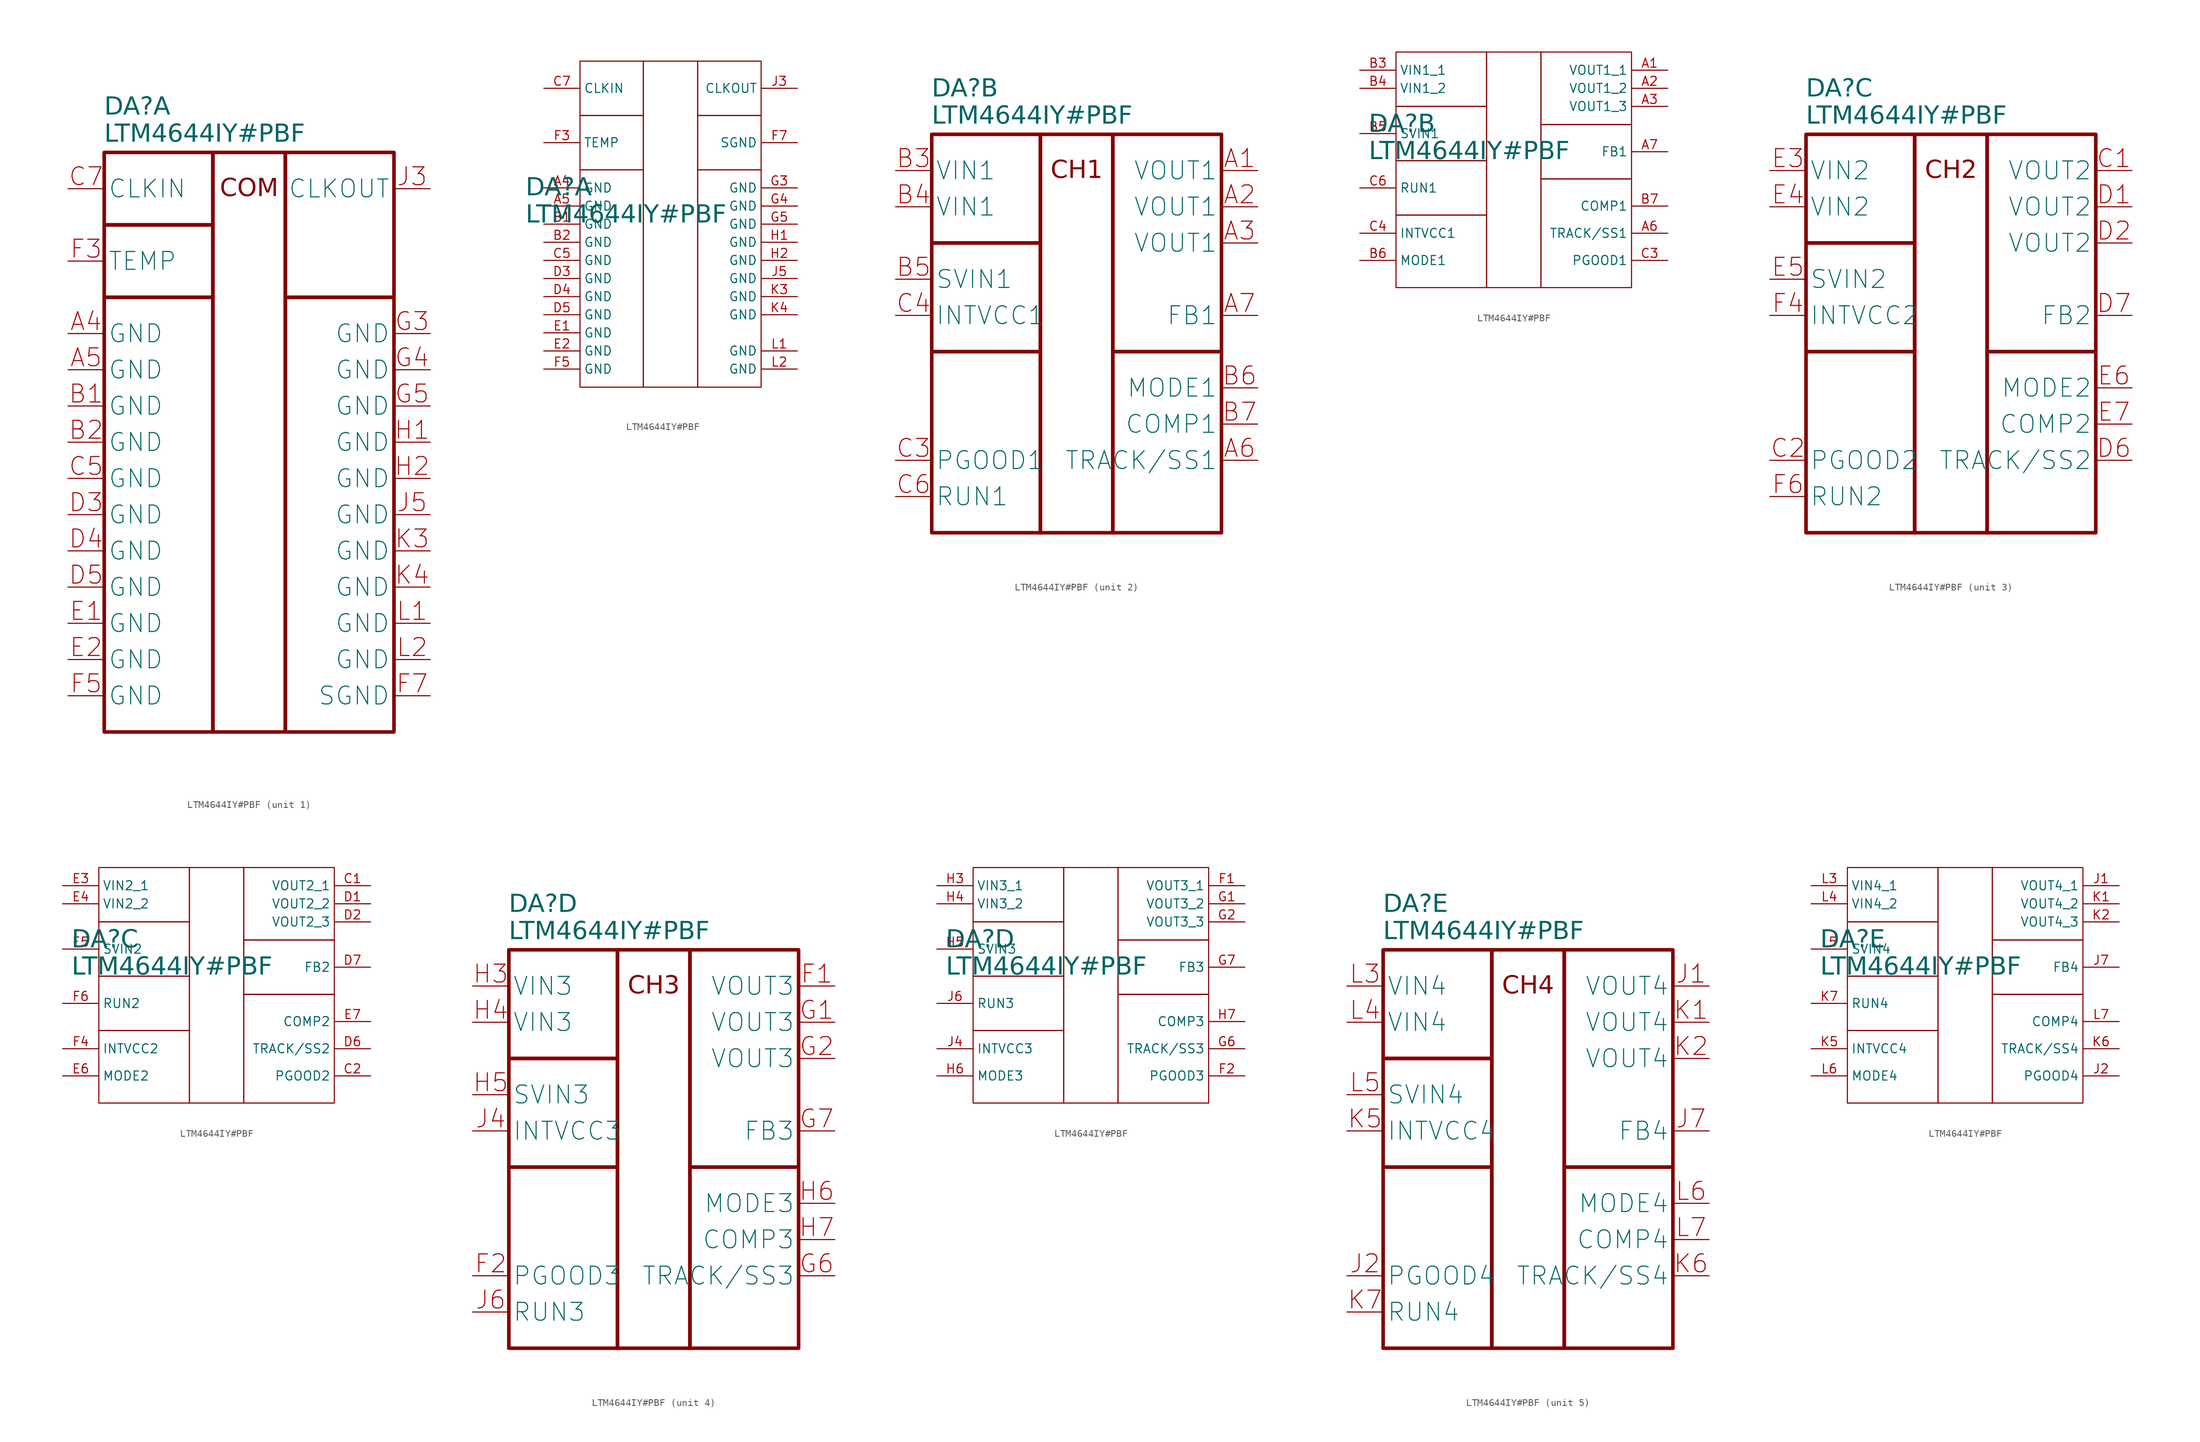
<source format=kicad_sym>
(kicad_symbol_lib
  (version 20241209)
  (generator "kicad_symbol_editor")
  (generator_version "9.0")
  (symbol "LTM4644IY#PBF"
    (property "Reference" "DA"
      (at -20.32 6.35 0)
      (effects (font (face "GOST type A") (size 2.5 2.5) (italic yes)) (justify left)))
    (property "Value" "LTM4644IY#PBF"
      (at -20.32 2.54 0)
      (effects (font (face "GOST type A") (size 2.5 2.5) (italic yes)) (justify left)))
    (property "ki_locked" ""
      (at 0 0 0)
      (effects (font (size 1.27 1.27))))
    (symbol "LTM4644IY#PBF_1_1"
      (rectangle (start -20.32 0) (end -5.08 -10.16) (stroke (width 0.5) (type default)) (fill (type none)))
      (rectangle (start -20.32 -10.16) (end -5.08 -20.32) (stroke (width 0.5) (type default)) (fill (type none)))
      (rectangle (start -20.32 -20.32) (end -5.08 -81.28) (stroke (width 0.5) (type default)) (fill (type none)))
      (rectangle (start -5.08 0) (end 5.08 -81.28) (stroke (width 0.5) (type default)) (fill (type none)))
      (rectangle (start 5.08 0) (end 20.32 -20.32) (stroke (width 0.5) (type default)) (fill (type none)))
      (rectangle (start 5.08 -20.32) (end 20.32 -81.28) (stroke (width 0.5) (type default)) (fill (type none)))
      (text "COM" (at 0 -5.08 0) (effects (font (face "GOST type A") (size 2.5 2.5) (italic yes))))
      (pin input line (at -25.4 -5.08 0) (length 5.08) (name "CLKIN" (effects (font (size 2.5 2.5)))) (number "C7" (effects (font (size 2.5 2.5)))))
      (pin passive line (at -25.4 -15.24 0) (length 5.08) (name "TEMP" (effects (font (size 2.5 2.5)))) (number "F3" (effects (font (size 2.5 2.5)))))
      (pin power_in line (at -25.4 -25.4 0) (length 5.08) (name "GND" (effects (font (size 2.5 2.5)))) (number "A4" (effects (font (size 2.5 2.5)))))
      (pin power_in line (at -25.4 -30.48 0) (length 5.08) (name "GND" (effects (font (size 2.5 2.5)))) (number "A5" (effects (font (size 2.5 2.5)))))
      (pin power_in line (at -25.4 -35.56 0) (length 5.08) (name "GND" (effects (font (size 2.5 2.5)))) (number "B1" (effects (font (size 2.5 2.5)))))
      (pin power_in line (at -25.4 -40.64 0) (length 5.08) (name "GND" (effects (font (size 2.5 2.5)))) (number "B2" (effects (font (size 2.5 2.5)))))
      (pin power_in line (at -25.4 -45.72 0) (length 5.08) (name "GND" (effects (font (size 2.5 2.5)))) (number "C5" (effects (font (size 2.5 2.5)))))
      (pin power_in line (at -25.4 -50.8 0) (length 5.08) (name "GND" (effects (font (size 2.5 2.5)))) (number "D3" (effects (font (size 2.5 2.5)))))
      (pin power_in line (at -25.4 -55.88 0) (length 5.08) (name "GND" (effects (font (size 2.5 2.5)))) (number "D4" (effects (font (size 2.5 2.5)))))
      (pin power_in line (at -25.4 -60.96 0) (length 5.08) (name "GND" (effects (font (size 2.5 2.5)))) (number "D5" (effects (font (size 2.5 2.5)))))
      (pin power_in line (at -25.4 -66.04 0) (length 5.08) (name "GND" (effects (font (size 2.5 2.5)))) (number "E1" (effects (font (size 2.5 2.5)))))
      (pin power_in line (at -25.4 -71.12 0) (length 5.08) (name "GND" (effects (font (size 2.5 2.5)))) (number "E2" (effects (font (size 2.5 2.5)))))
      (pin power_in line (at -25.4 -76.2 0) (length 5.08) (name "GND" (effects (font (size 2.5 2.5)))) (number "F5" (effects (font (size 2.5 2.5)))))
      (pin output line (at 25.4 -5.08 180) (length 5.08) (name "CLKOUT" (effects (font (size 2.5 2.5)))) (number "J3" (effects (font (size 2.5 2.5)))))
      (pin power_in line (at 25.4 -25.4 180) (length 5.08) (name "GND" (effects (font (size 2.5 2.5)))) (number "G3" (effects (font (size 2.5 2.5)))))
      (pin power_in line (at 25.4 -30.48 180) (length 5.08) (name "GND" (effects (font (size 2.5 2.5)))) (number "G4" (effects (font (size 2.5 2.5)))))
      (pin power_in line (at 25.4 -35.56 180) (length 5.08) (name "GND" (effects (font (size 2.5 2.5)))) (number "G5" (effects (font (size 2.5 2.5)))))
      (pin power_in line (at 25.4 -40.64 180) (length 5.08) (name "GND" (effects (font (size 2.5 2.5)))) (number "H1" (effects (font (size 2.5 2.5)))))
      (pin power_in line (at 25.4 -45.72 180) (length 5.08) (name "GND" (effects (font (size 2.5 2.5)))) (number "H2" (effects (font (size 2.5 2.5)))))
      (pin power_in line (at 25.4 -50.8 180) (length 5.08) (name "GND" (effects (font (size 2.5 2.5)))) (number "J5" (effects (font (size 2.5 2.5)))))
      (pin power_in line (at 25.4 -55.88 180) (length 5.08) (name "GND" (effects (font (size 2.5 2.5)))) (number "K3" (effects (font (size 2.5 2.5)))))
      (pin power_in line (at 25.4 -60.96 180) (length 5.08) (name "GND" (effects (font (size 2.5 2.5)))) (number "K4" (effects (font (size 2.5 2.5)))))
      (pin power_in line (at 25.4 -66.04 180) (length 5.08) (name "GND" (effects (font (size 2.5 2.5)))) (number "L1" (effects (font (size 2.5 2.5)))))
      (pin power_in line (at 25.4 -71.12 180) (length 5.08) (name "GND" (effects (font (size 2.5 2.5)))) (number "L2" (effects (font (size 2.5 2.5)))))
      (pin passive line (at 25.4 -76.2 180) (length 5.08) (name "SGND" (effects (font (size 2.5 2.5)))) (number "F7" (effects (font (size 2.5 2.5))))))
    (symbol "LTM4644IY#PBF_1_2"
      (rectangle (start -12.7 24.13) (end -3.81 16.51) (stroke (width 0) (type default)) (fill (type none)))
      (rectangle (start -12.7 16.51) (end -3.81 8.89) (stroke (width 0) (type default)) (fill (type none)))
      (rectangle (start -12.7 8.89) (end -3.81 -21.59) (stroke (width 0) (type default)) (fill (type none)))
      (rectangle (start -3.81 24.13) (end 3.81 -21.59) (stroke (width 0) (type default)) (fill (type none)))
      (rectangle (start 3.81 24.13) (end 12.7 16.51) (stroke (width 0) (type default)) (fill (type none)))
      (rectangle (start 3.81 16.51) (end 12.7 8.89) (stroke (width 0) (type default)) (fill (type none)))
      (rectangle (start 3.81 8.89) (end 12.7 -21.59) (stroke (width 0) (type default)) (fill (type none)))
      (pin passive line (at -17.78 20.32 0) (length 5.08) (name "CLKIN" (effects (font (size 1.27 1.27)))) (number "C7" (effects (font (size 1.27 1.27)))))
      (pin passive line (at -17.78 12.7 0) (length 5.08) (name "TEMP" (effects (font (size 1.27 1.27)))) (number "F3" (effects (font (size 1.27 1.27)))))
      (pin passive line (at -17.78 6.35 0) (length 5.08) (name "GND" (effects (font (size 1.27 1.27)))) (number "A4" (effects (font (size 1.27 1.27)))))
      (pin passive line (at -17.78 3.81 0) (length 5.08) (name "GND" (effects (font (size 1.27 1.27)))) (number "A5" (effects (font (size 1.27 1.27)))))
      (pin passive line (at -17.78 1.27 0) (length 5.08) (name "GND" (effects (font (size 1.27 1.27)))) (number "B1" (effects (font (size 1.27 1.27)))))
      (pin passive line (at -17.78 -1.27 0) (length 5.08) (name "GND" (effects (font (size 1.27 1.27)))) (number "B2" (effects (font (size 1.27 1.27)))))
      (pin passive line (at -17.78 -3.81 0) (length 5.08) (name "GND" (effects (font (size 1.27 1.27)))) (number "C5" (effects (font (size 1.27 1.27)))))
      (pin passive line (at -17.78 -6.35 0) (length 5.08) (name "GND" (effects (font (size 1.27 1.27)))) (number "D3" (effects (font (size 1.27 1.27)))))
      (pin passive line (at -17.78 -8.89 0) (length 5.08) (name "GND" (effects (font (size 1.27 1.27)))) (number "D4" (effects (font (size 1.27 1.27)))))
      (pin passive line (at -17.78 -11.43 0) (length 5.08) (name "GND" (effects (font (size 1.27 1.27)))) (number "D5" (effects (font (size 1.27 1.27)))))
      (pin passive line (at -17.78 -13.97 0) (length 5.08) (name "GND" (effects (font (size 1.27 1.27)))) (number "E1" (effects (font (size 1.27 1.27)))))
      (pin passive line (at -17.78 -16.51 0) (length 5.08) (name "GND" (effects (font (size 1.27 1.27)))) (number "E2" (effects (font (size 1.27 1.27)))))
      (pin passive line (at -17.78 -19.05 0) (length 5.08) (name "GND" (effects (font (size 1.27 1.27)))) (number "F5" (effects (font (size 1.27 1.27)))))
      (pin passive line (at 17.78 20.32 180) (length 5.08) (name "CLKOUT" (effects (font (size 1.27 1.27)))) (number "J3" (effects (font (size 1.27 1.27)))))
      (pin passive line (at 17.78 12.7 180) (length 5.08) (name "SGND" (effects (font (size 1.27 1.27)))) (number "F7" (effects (font (size 1.27 1.27)))))
      (pin passive line (at 17.78 6.35 180) (length 5.08) (name "GND" (effects (font (size 1.27 1.27)))) (number "G3" (effects (font (size 1.27 1.27)))))
      (pin passive line (at 17.78 3.81 180) (length 5.08) (name "GND" (effects (font (size 1.27 1.27)))) (number "G4" (effects (font (size 1.27 1.27)))))
      (pin passive line (at 17.78 1.27 180) (length 5.08) (name "GND" (effects (font (size 1.27 1.27)))) (number "G5" (effects (font (size 1.27 1.27)))))
      (pin passive line (at 17.78 -1.27 180) (length 5.08) (name "GND" (effects (font (size 1.27 1.27)))) (number "H1" (effects (font (size 1.27 1.27)))))
      (pin passive line (at 17.78 -3.81 180) (length 5.08) (name "GND" (effects (font (size 1.27 1.27)))) (number "H2" (effects (font (size 1.27 1.27)))))
      (pin passive line (at 17.78 -6.35 180) (length 5.08) (name "GND" (effects (font (size 1.27 1.27)))) (number "J5" (effects (font (size 1.27 1.27)))))
      (pin passive line (at 17.78 -8.89 180) (length 5.08) (name "GND" (effects (font (size 1.27 1.27)))) (number "K3" (effects (font (size 1.27 1.27)))))
      (pin passive line (at 17.78 -11.43 180) (length 5.08) (name "GND" (effects (font (size 1.27 1.27)))) (number "K4" (effects (font (size 1.27 1.27)))))
      (pin passive line (at 17.78 -16.51 180) (length 5.08) (name "GND" (effects (font (size 1.27 1.27)))) (number "L1" (effects (font (size 1.27 1.27)))))
      (pin passive line (at 17.78 -19.05 180) (length 5.08) (name "GND" (effects (font (size 1.27 1.27)))) (number "L2" (effects (font (size 1.27 1.27))))))
    (symbol "LTM4644IY#PBF_2_1"
      (rectangle (start -20.32 0) (end -5.08 -15.24) (stroke (width 0.5) (type default)) (fill (type none)))
      (rectangle (start -20.32 -15.24) (end -5.08 -30.48) (stroke (width 0.5) (type default)) (fill (type none)))
      (rectangle (start -20.32 -30.48) (end -5.08 -55.88) (stroke (width 0.5) (type default)) (fill (type none)))
      (rectangle (start -5.08 0) (end 5.08 -55.88) (stroke (width 0.5) (type default)) (fill (type none)))
      (rectangle (start 5.08 0) (end 20.32 -30.48) (stroke (width 0.5) (type default)) (fill (type none)))
      (rectangle (start 5.08 -30.48) (end 20.32 -55.88) (stroke (width 0.5) (type default)) (fill (type none)))
      (text "CH1" (at 0 -5.08 0) (effects (font (face "GOST type A") (size 2.5 2.5) (italic yes))))
      (pin power_in line (at -25.4 -5.08 0) (length 5.08) (name "VIN1" (effects (font (size 2.5 2.5)))) (number "B3" (effects (font (size 2.5 2.5)))))
      (pin power_in line (at -25.4 -10.16 0) (length 5.08) (name "VIN1" (effects (font (size 2.5 2.5)))) (number "B4" (effects (font (size 2.5 2.5)))))
      (pin power_in line (at -25.4 -20.32 0) (length 5.08) (name "SVIN1" (effects (font (size 2.5 2.5)))) (number "B5" (effects (font (size 2.5 2.5)))))
      (pin power_out line (at -25.4 -25.4 0) (length 5.08) (name "INTVCC1" (effects (font (size 2.5 2.5)))) (number "C4" (effects (font (size 2.5 2.5)))))
      (pin open_collector line (at -25.4 -45.72 0) (length 5.08) (name "PGOOD1" (effects (font (size 2.5 2.5)))) (number "C3" (effects (font (size 2.5 2.5)))))
      (pin input line (at -25.4 -50.8 0) (length 5.08) (name "RUN1" (effects (font (size 2.5 2.5)))) (number "C6" (effects (font (size 2.5 2.5)))))
      (pin power_out line (at 25.4 -5.08 180) (length 5.08) (name "VOUT1" (effects (font (size 2.5 2.5)))) (number "A1" (effects (font (size 2.5 2.5)))))
      (pin passive line (at 25.4 -10.16 180) (length 5.08) (name "VOUT1" (effects (font (size 2.5 2.5)))) (number "A2" (effects (font (size 2.5 2.5)))))
      (pin passive line (at 25.4 -15.24 180) (length 5.08) (name "VOUT1" (effects (font (size 2.5 2.5)))) (number "A3" (effects (font (size 2.5 2.5)))))
      (pin input line (at 25.4 -25.4 180) (length 5.08) (name "FB1" (effects (font (size 2.5 2.5)))) (number "A7" (effects (font (size 2.5 2.5)))))
      (pin input line (at 25.4 -35.56 180) (length 5.08) (name "MODE1" (effects (font (size 2.5 2.5)))) (number "B6" (effects (font (size 2.5 2.5)))))
      (pin passive line (at 25.4 -40.64 180) (length 5.08) (name "COMP1" (effects (font (size 2.5 2.5)))) (number "B7" (effects (font (size 2.5 2.5)))))
      (pin passive line (at 25.4 -45.72 180) (length 5.08) (name "TRACK/SS1" (effects (font (size 2.5 2.5)))) (number "A6" (effects (font (size 2.5 2.5))))))
    (symbol "LTM4644IY#PBF_2_2"
      (rectangle (start -16.51 16.51) (end -3.81 8.89) (stroke (width 0) (type default)) (fill (type none)))
      (rectangle (start -16.51 8.89) (end -3.81 1.27) (stroke (width 0) (type default)) (fill (type none)))
      (rectangle (start -16.51 1.27) (end -3.81 -6.35) (stroke (width 0) (type default)) (fill (type none)))
      (rectangle (start -16.51 -6.35) (end -3.81 -16.51) (stroke (width 0) (type default)) (fill (type none)))
      (rectangle (start -3.81 16.51) (end 3.81 -16.51) (stroke (width 0) (type default)) (fill (type none)))
      (rectangle (start 3.81 16.51) (end 16.51 6.35) (stroke (width 0) (type default)) (fill (type none)))
      (rectangle (start 3.81 6.35) (end 16.51 -1.27) (stroke (width 0) (type default)) (fill (type none)))
      (rectangle (start 3.81 -1.27) (end 16.51 -16.51) (stroke (width 0) (type default)) (fill (type none)))
      (pin passive line (at -21.59 13.97 0) (length 5.08) (name "VIN1_1" (effects (font (size 1.27 1.27)))) (number "B3" (effects (font (size 1.27 1.27)))))
      (pin passive line (at -21.59 11.43 0) (length 5.08) (name "VIN1_2" (effects (font (size 1.27 1.27)))) (number "B4" (effects (font (size 1.27 1.27)))))
      (pin passive line (at -21.59 5.08 0) (length 5.08) (name "SVIN1" (effects (font (size 1.27 1.27)))) (number "B5" (effects (font (size 1.27 1.27)))))
      (pin passive line (at -21.59 -2.54 0) (length 5.08) (name "RUN1" (effects (font (size 1.27 1.27)))) (number "C6" (effects (font (size 1.27 1.27)))))
      (pin passive line (at -21.59 -8.89 0) (length 5.08) (name "INTVCC1" (effects (font (size 1.27 1.27)))) (number "C4" (effects (font (size 1.27 1.27)))))
      (pin passive line (at -21.59 -12.7 0) (length 5.08) (name "MODE1" (effects (font (size 1.27 1.27)))) (number "B6" (effects (font (size 1.27 1.27)))))
      (pin passive line (at 21.59 13.97 180) (length 5.08) (name "VOUT1_1" (effects (font (size 1.27 1.27)))) (number "A1" (effects (font (size 1.27 1.27)))))
      (pin passive line (at 21.59 11.43 180) (length 5.08) (name "VOUT1_2" (effects (font (size 1.27 1.27)))) (number "A2" (effects (font (size 1.27 1.27)))))
      (pin passive line (at 21.59 8.89 180) (length 5.08) (name "VOUT1_3" (effects (font (size 1.27 1.27)))) (number "A3" (effects (font (size 1.27 1.27)))))
      (pin passive line (at 21.59 2.54 180) (length 5.08) (name "FB1" (effects (font (size 1.27 1.27)))) (number "A7" (effects (font (size 1.27 1.27)))))
      (pin passive line (at 21.59 -5.08 180) (length 5.08) (name "COMP1" (effects (font (size 1.27 1.27)))) (number "B7" (effects (font (size 1.27 1.27)))))
      (pin passive line (at 21.59 -8.89 180) (length 5.08) (name "TRACK/SS1" (effects (font (size 1.27 1.27)))) (number "A6" (effects (font (size 1.27 1.27)))))
      (pin passive line (at 21.59 -12.7 180) (length 5.08) (name "PGOOD1" (effects (font (size 1.27 1.27)))) (number "C3" (effects (font (size 1.27 1.27))))))
    (symbol "LTM4644IY#PBF_3_1"
      (rectangle (start -20.32 0) (end -5.08 -15.24) (stroke (width 0.5) (type default)) (fill (type none)))
      (rectangle (start -20.32 -15.24) (end -5.08 -30.48) (stroke (width 0.5) (type default)) (fill (type none)))
      (rectangle (start -20.32 -30.48) (end -5.08 -55.88) (stroke (width 0.5) (type default)) (fill (type none)))
      (rectangle (start -5.08 0) (end 5.08 -55.88) (stroke (width 0.5) (type default)) (fill (type none)))
      (rectangle (start 5.08 0) (end 20.32 -30.48) (stroke (width 0.5) (type default)) (fill (type none)))
      (rectangle (start 5.08 -30.48) (end 20.32 -55.88) (stroke (width 0.5) (type default)) (fill (type none)))
      (text "CH2" (at 0 -5.08 0) (effects (font (face "GOST type A") (size 2.5 2.5) (italic yes))))
      (pin power_in line (at -25.4 -5.08 0) (length 5.08) (name "VIN2" (effects (font (size 2.5 2.5)))) (number "E3" (effects (font (size 2.5 2.5)))))
      (pin power_in line (at -25.4 -10.16 0) (length 5.08) (name "VIN2" (effects (font (size 2.5 2.5)))) (number "E4" (effects (font (size 2.5 2.5)))))
      (pin power_in line (at -25.4 -20.32 0) (length 5.08) (name "SVIN2" (effects (font (size 2.5 2.5)))) (number "E5" (effects (font (size 2.5 2.5)))))
      (pin power_out line (at -25.4 -25.4 0) (length 5.08) (name "INTVCC2" (effects (font (size 2.5 2.5)))) (number "F4" (effects (font (size 2.5 2.5)))))
      (pin open_collector line (at -25.4 -45.72 0) (length 5.08) (name "PGOOD2" (effects (font (size 2.5 2.5)))) (number "C2" (effects (font (size 2.5 2.5)))))
      (pin input line (at -25.4 -50.8 0) (length 5.08) (name "RUN2" (effects (font (size 2.5 2.5)))) (number "F6" (effects (font (size 2.5 2.5)))))
      (pin power_out line (at 25.4 -5.08 180) (length 5.08) (name "VOUT2" (effects (font (size 2.5 2.5)))) (number "C1" (effects (font (size 2.5 2.5)))))
      (pin passive line (at 25.4 -10.16 180) (length 5.08) (name "VOUT2" (effects (font (size 2.5 2.5)))) (number "D1" (effects (font (size 2.5 2.5)))))
      (pin passive line (at 25.4 -15.24 180) (length 5.08) (name "VOUT2" (effects (font (size 2.5 2.5)))) (number "D2" (effects (font (size 2.5 2.5)))))
      (pin input line (at 25.4 -25.4 180) (length 5.08) (name "FB2" (effects (font (size 2.5 2.5)))) (number "D7" (effects (font (size 2.5 2.5)))))
      (pin input line (at 25.4 -35.56 180) (length 5.08) (name "MODE2" (effects (font (size 2.5 2.5)))) (number "E6" (effects (font (size 2.5 2.5)))))
      (pin passive line (at 25.4 -40.64 180) (length 5.08) (name "COMP2" (effects (font (size 2.5 2.5)))) (number "E7" (effects (font (size 2.5 2.5)))))
      (pin passive line (at 25.4 -45.72 180) (length 5.08) (name "TRACK/SS2" (effects (font (size 2.5 2.5)))) (number "D6" (effects (font (size 2.5 2.5))))))
    (symbol "LTM4644IY#PBF_3_2"
      (rectangle (start -16.51 16.51) (end -3.81 8.89) (stroke (width 0) (type default)) (fill (type none)))
      (rectangle (start -16.51 8.89) (end -3.81 1.27) (stroke (width 0) (type default)) (fill (type none)))
      (rectangle (start -16.51 1.27) (end -3.81 -6.35) (stroke (width 0) (type default)) (fill (type none)))
      (rectangle (start -16.51 -6.35) (end -3.81 -16.51) (stroke (width 0) (type default)) (fill (type none)))
      (rectangle (start -3.81 16.51) (end 3.81 -16.51) (stroke (width 0) (type default)) (fill (type none)))
      (rectangle (start 3.81 16.51) (end 16.51 6.35) (stroke (width 0) (type default)) (fill (type none)))
      (rectangle (start 3.81 6.35) (end 16.51 -1.27) (stroke (width 0) (type default)) (fill (type none)))
      (rectangle (start 3.81 -1.27) (end 16.51 -16.51) (stroke (width 0) (type default)) (fill (type none)))
      (pin passive line (at -21.59 13.97 0) (length 5.08) (name "VIN2_1" (effects (font (size 1.27 1.27)))) (number "E3" (effects (font (size 1.27 1.27)))))
      (pin passive line (at -21.59 11.43 0) (length 5.08) (name "VIN2_2" (effects (font (size 1.27 1.27)))) (number "E4" (effects (font (size 1.27 1.27)))))
      (pin passive line (at -21.59 5.08 0) (length 5.08) (name "SVIN2" (effects (font (size 1.27 1.27)))) (number "E5" (effects (font (size 1.27 1.27)))))
      (pin passive line (at -21.59 -2.54 0) (length 5.08) (name "RUN2" (effects (font (size 1.27 1.27)))) (number "F6" (effects (font (size 1.27 1.27)))))
      (pin passive line (at -21.59 -8.89 0) (length 5.08) (name "INTVCC2" (effects (font (size 1.27 1.27)))) (number "F4" (effects (font (size 1.27 1.27)))))
      (pin passive line (at -21.59 -12.7 0) (length 5.08) (name "MODE2" (effects (font (size 1.27 1.27)))) (number "E6" (effects (font (size 1.27 1.27)))))
      (pin passive line (at 21.59 13.97 180) (length 5.08) (name "VOUT2_1" (effects (font (size 1.27 1.27)))) (number "C1" (effects (font (size 1.27 1.27)))))
      (pin passive line (at 21.59 11.43 180) (length 5.08) (name "VOUT2_2" (effects (font (size 1.27 1.27)))) (number "D1" (effects (font (size 1.27 1.27)))))
      (pin passive line (at 21.59 8.89 180) (length 5.08) (name "VOUT2_3" (effects (font (size 1.27 1.27)))) (number "D2" (effects (font (size 1.27 1.27)))))
      (pin passive line (at 21.59 2.54 180) (length 5.08) (name "FB2" (effects (font (size 1.27 1.27)))) (number "D7" (effects (font (size 1.27 1.27)))))
      (pin passive line (at 21.59 -5.08 180) (length 5.08) (name "COMP2" (effects (font (size 1.27 1.27)))) (number "E7" (effects (font (size 1.27 1.27)))))
      (pin passive line (at 21.59 -8.89 180) (length 5.08) (name "TRACK/SS2" (effects (font (size 1.27 1.27)))) (number "D6" (effects (font (size 1.27 1.27)))))
      (pin passive line (at 21.59 -12.7 180) (length 5.08) (name "PGOOD2" (effects (font (size 1.27 1.27)))) (number "C2" (effects (font (size 1.27 1.27))))))
    (symbol "LTM4644IY#PBF_4_1"
      (rectangle (start -20.32 0) (end -5.08 -15.24) (stroke (width 0.5) (type default)) (fill (type none)))
      (rectangle (start -20.32 -15.24) (end -5.08 -30.48) (stroke (width 0.5) (type default)) (fill (type none)))
      (rectangle (start -20.32 -30.48) (end -5.08 -55.88) (stroke (width 0.5) (type default)) (fill (type none)))
      (rectangle (start -5.08 0) (end 5.08 -55.88) (stroke (width 0.5) (type default)) (fill (type none)))
      (rectangle (start 5.08 0) (end 20.32 -30.48) (stroke (width 0.5) (type default)) (fill (type none)))
      (rectangle (start 5.08 -30.48) (end 20.32 -55.88) (stroke (width 0.5) (type default)) (fill (type none)))
      (text "CH3" (at 0 -5.08 0) (effects (font (face "GOST type A") (size 2.5 2.5) (italic yes))))
      (pin power_in line (at -25.4 -5.08 0) (length 5.08) (name "VIN3" (effects (font (size 2.5 2.5)))) (number "H3" (effects (font (size 2.5 2.5)))))
      (pin power_in line (at -25.4 -10.16 0) (length 5.08) (name "VIN3" (effects (font (size 2.5 2.5)))) (number "H4" (effects (font (size 2.5 2.5)))))
      (pin power_in line (at -25.4 -20.32 0) (length 5.08) (name "SVIN3" (effects (font (size 2.5 2.5)))) (number "H5" (effects (font (size 2.5 2.5)))))
      (pin power_out line (at -25.4 -25.4 0) (length 5.08) (name "INTVCC3" (effects (font (size 2.5 2.5)))) (number "J4" (effects (font (size 2.5 2.5)))))
      (pin open_collector line (at -25.4 -45.72 0) (length 5.08) (name "PGOOD3" (effects (font (size 2.5 2.5)))) (number "F2" (effects (font (size 2.5 2.5)))))
      (pin input line (at -25.4 -50.8 0) (length 5.08) (name "RUN3" (effects (font (size 2.5 2.5)))) (number "J6" (effects (font (size 2.5 2.5)))))
      (pin power_out line (at 25.4 -5.08 180) (length 5.08) (name "VOUT3" (effects (font (size 2.5 2.5)))) (number "F1" (effects (font (size 2.5 2.5)))))
      (pin passive line (at 25.4 -10.16 180) (length 5.08) (name "VOUT3" (effects (font (size 2.5 2.5)))) (number "G1" (effects (font (size 2.5 2.5)))))
      (pin passive line (at 25.4 -15.24 180) (length 5.08) (name "VOUT3" (effects (font (size 2.5 2.5)))) (number "G2" (effects (font (size 2.5 2.5)))))
      (pin input line (at 25.4 -25.4 180) (length 5.08) (name "FB3" (effects (font (size 2.5 2.5)))) (number "G7" (effects (font (size 2.5 2.5)))))
      (pin input line (at 25.4 -35.56 180) (length 5.08) (name "MODE3" (effects (font (size 2.5 2.5)))) (number "H6" (effects (font (size 2.5 2.5)))))
      (pin passive line (at 25.4 -40.64 180) (length 5.08) (name "COMP3" (effects (font (size 2.5 2.5)))) (number "H7" (effects (font (size 2.5 2.5)))))
      (pin passive line (at 25.4 -45.72 180) (length 5.08) (name "TRACK/SS3" (effects (font (size 2.5 2.5)))) (number "G6" (effects (font (size 2.5 2.5))))))
    (symbol "LTM4644IY#PBF_4_2"
      (rectangle (start -16.51 16.51) (end -3.81 8.89) (stroke (width 0) (type default)) (fill (type none)))
      (rectangle (start -16.51 8.89) (end -3.81 1.27) (stroke (width 0) (type default)) (fill (type none)))
      (rectangle (start -16.51 1.27) (end -3.81 -6.35) (stroke (width 0) (type default)) (fill (type none)))
      (rectangle (start -16.51 -6.35) (end -3.81 -16.51) (stroke (width 0) (type default)) (fill (type none)))
      (rectangle (start -3.81 16.51) (end 3.81 -16.51) (stroke (width 0) (type default)) (fill (type none)))
      (rectangle (start 3.81 16.51) (end 16.51 6.35) (stroke (width 0) (type default)) (fill (type none)))
      (rectangle (start 3.81 6.35) (end 16.51 -1.27) (stroke (width 0) (type default)) (fill (type none)))
      (rectangle (start 3.81 -1.27) (end 16.51 -16.51) (stroke (width 0) (type default)) (fill (type none)))
      (pin passive line (at -21.59 13.97 0) (length 5.08) (name "VIN3_1" (effects (font (size 1.27 1.27)))) (number "H3" (effects (font (size 1.27 1.27)))))
      (pin passive line (at -21.59 11.43 0) (length 5.08) (name "VIN3_2" (effects (font (size 1.27 1.27)))) (number "H4" (effects (font (size 1.27 1.27)))))
      (pin passive line (at -21.59 5.08 0) (length 5.08) (name "SVIN3" (effects (font (size 1.27 1.27)))) (number "H5" (effects (font (size 1.27 1.27)))))
      (pin passive line (at -21.59 -2.54 0) (length 5.08) (name "RUN3" (effects (font (size 1.27 1.27)))) (number "J6" (effects (font (size 1.27 1.27)))))
      (pin passive line (at -21.59 -8.89 0) (length 5.08) (name "INTVCC3" (effects (font (size 1.27 1.27)))) (number "J4" (effects (font (size 1.27 1.27)))))
      (pin passive line (at -21.59 -12.7 0) (length 5.08) (name "MODE3" (effects (font (size 1.27 1.27)))) (number "H6" (effects (font (size 1.27 1.27)))))
      (pin passive line (at 21.59 13.97 180) (length 5.08) (name "VOUT3_1" (effects (font (size 1.27 1.27)))) (number "F1" (effects (font (size 1.27 1.27)))))
      (pin passive line (at 21.59 11.43 180) (length 5.08) (name "VOUT3_2" (effects (font (size 1.27 1.27)))) (number "G1" (effects (font (size 1.27 1.27)))))
      (pin passive line (at 21.59 8.89 180) (length 5.08) (name "VOUT3_3" (effects (font (size 1.27 1.27)))) (number "G2" (effects (font (size 1.27 1.27)))))
      (pin passive line (at 21.59 2.54 180) (length 5.08) (name "FB3" (effects (font (size 1.27 1.27)))) (number "G7" (effects (font (size 1.27 1.27)))))
      (pin passive line (at 21.59 -5.08 180) (length 5.08) (name "COMP3" (effects (font (size 1.27 1.27)))) (number "H7" (effects (font (size 1.27 1.27)))))
      (pin passive line (at 21.59 -8.89 180) (length 5.08) (name "TRACK/SS3" (effects (font (size 1.27 1.27)))) (number "G6" (effects (font (size 1.27 1.27)))))
      (pin passive line (at 21.59 -12.7 180) (length 5.08) (name "PGOOD3" (effects (font (size 1.27 1.27)))) (number "F2" (effects (font (size 1.27 1.27))))))
    (symbol "LTM4644IY#PBF_5_1"
      (rectangle (start -20.32 0) (end -5.08 -15.24) (stroke (width 0.5) (type default)) (fill (type none)))
      (rectangle (start -20.32 -15.24) (end -5.08 -30.48) (stroke (width 0.5) (type default)) (fill (type none)))
      (rectangle (start -20.32 -30.48) (end -5.08 -55.88) (stroke (width 0.5) (type default)) (fill (type none)))
      (rectangle (start -5.08 0) (end 5.08 -55.88) (stroke (width 0.5) (type default)) (fill (type none)))
      (rectangle (start 5.08 0) (end 20.32 -30.48) (stroke (width 0.5) (type default)) (fill (type none)))
      (rectangle (start 5.08 -30.48) (end 20.32 -55.88) (stroke (width 0.5) (type default)) (fill (type none)))
      (text "CH4" (at 0 -5.08 0) (effects (font (face "GOST type A") (size 2.5 2.5) (italic yes))))
      (pin power_in line (at -25.4 -5.08 0) (length 5.08) (name "VIN4" (effects (font (size 2.5 2.5)))) (number "L3" (effects (font (size 2.5 2.5)))))
      (pin power_in line (at -25.4 -10.16 0) (length 5.08) (name "VIN4" (effects (font (size 2.5 2.5)))) (number "L4" (effects (font (size 2.5 2.5)))))
      (pin power_in line (at -25.4 -20.32 0) (length 5.08) (name "SVIN4" (effects (font (size 2.5 2.5)))) (number "L5" (effects (font (size 2.5 2.5)))))
      (pin power_out line (at -25.4 -25.4 0) (length 5.08) (name "INTVCC4" (effects (font (size 2.5 2.5)))) (number "K5" (effects (font (size 2.5 2.5)))))
      (pin open_collector line (at -25.4 -45.72 0) (length 5.08) (name "PGOOD4" (effects (font (size 2.5 2.5)))) (number "J2" (effects (font (size 2.5 2.5)))))
      (pin input line (at -25.4 -50.8 0) (length 5.08) (name "RUN4" (effects (font (size 2.5 2.5)))) (number "K7" (effects (font (size 2.5 2.5)))))
      (pin power_out line (at 25.4 -5.08 180) (length 5.08) (name "VOUT4" (effects (font (size 2.5 2.5)))) (number "J1" (effects (font (size 2.5 2.5)))))
      (pin passive line (at 25.4 -10.16 180) (length 5.08) (name "VOUT4" (effects (font (size 2.5 2.5)))) (number "K1" (effects (font (size 2.5 2.5)))))
      (pin passive line (at 25.4 -15.24 180) (length 5.08) (name "VOUT4" (effects (font (size 2.5 2.5)))) (number "K2" (effects (font (size 2.5 2.5)))))
      (pin input line (at 25.4 -25.4 180) (length 5.08) (name "FB4" (effects (font (size 2.5 2.5)))) (number "J7" (effects (font (size 2.5 2.5)))))
      (pin input line (at 25.4 -35.56 180) (length 5.08) (name "MODE4" (effects (font (size 2.5 2.5)))) (number "L6" (effects (font (size 2.5 2.5)))))
      (pin passive line (at 25.4 -40.64 180) (length 5.08) (name "COMP4" (effects (font (size 2.5 2.5)))) (number "L7" (effects (font (size 2.5 2.5)))))
      (pin passive line (at 25.4 -45.72 180) (length 5.08) (name "TRACK/SS4" (effects (font (size 2.5 2.5)))) (number "K6" (effects (font (size 2.5 2.5))))))
    (symbol "LTM4644IY#PBF_5_2"
      (rectangle (start -16.51 16.51) (end -3.81 8.89) (stroke (width 0) (type default)) (fill (type none)))
      (rectangle (start -16.51 8.89) (end -3.81 1.27) (stroke (width 0) (type default)) (fill (type none)))
      (rectangle (start -16.51 1.27) (end -3.81 -6.35) (stroke (width 0) (type default)) (fill (type none)))
      (rectangle (start -16.51 -6.35) (end -3.81 -16.51) (stroke (width 0) (type default)) (fill (type none)))
      (rectangle (start -3.81 16.51) (end 3.81 -16.51) (stroke (width 0) (type default)) (fill (type none)))
      (rectangle (start 3.81 16.51) (end 16.51 6.35) (stroke (width 0) (type default)) (fill (type none)))
      (rectangle (start 3.81 6.35) (end 16.51 -1.27) (stroke (width 0) (type default)) (fill (type none)))
      (rectangle (start 3.81 -1.27) (end 16.51 -16.51) (stroke (width 0) (type default)) (fill (type none)))
      (pin passive line (at -21.59 13.97 0) (length 5.08) (name "VIN4_1" (effects (font (size 1.27 1.27)))) (number "L3" (effects (font (size 1.27 1.27)))))
      (pin passive line (at -21.59 11.43 0) (length 5.08) (name "VIN4_2" (effects (font (size 1.27 1.27)))) (number "L4" (effects (font (size 1.27 1.27)))))
      (pin passive line (at -21.59 5.08 0) (length 5.08) (name "SVIN4" (effects (font (size 1.27 1.27)))) (number "L5" (effects (font (size 1.27 1.27)))))
      (pin passive line (at -21.59 -2.54 0) (length 5.08) (name "RUN4" (effects (font (size 1.27 1.27)))) (number "K7" (effects (font (size 1.27 1.27)))))
      (pin passive line (at -21.59 -8.89 0) (length 5.08) (name "INTVCC4" (effects (font (size 1.27 1.27)))) (number "K5" (effects (font (size 1.27 1.27)))))
      (pin passive line (at -21.59 -12.7 0) (length 5.08) (name "MODE4" (effects (font (size 1.27 1.27)))) (number "L6" (effects (font (size 1.27 1.27)))))
      (pin passive line (at 21.59 13.97 180) (length 5.08) (name "VOUT4_1" (effects (font (size 1.27 1.27)))) (number "J1" (effects (font (size 1.27 1.27)))))
      (pin passive line (at 21.59 11.43 180) (length 5.08) (name "VOUT4_2" (effects (font (size 1.27 1.27)))) (number "K1" (effects (font (size 1.27 1.27)))))
      (pin passive line (at 21.59 8.89 180) (length 5.08) (name "VOUT4_3" (effects (font (size 1.27 1.27)))) (number "K2" (effects (font (size 1.27 1.27)))))
      (pin passive line (at 21.59 2.54 180) (length 5.08) (name "FB4" (effects (font (size 1.27 1.27)))) (number "J7" (effects (font (size 1.27 1.27)))))
      (pin passive line (at 21.59 -5.08 180) (length 5.08) (name "COMP4" (effects (font (size 1.27 1.27)))) (number "L7" (effects (font (size 1.27 1.27)))))
      (pin passive line (at 21.59 -8.89 180) (length 5.08) (name "TRACK/SS4" (effects (font (size 1.27 1.27)))) (number "K6" (effects (font (size 1.27 1.27)))))
      (pin passive line (at 21.59 -12.7 180) (length 5.08) (name "PGOOD4" (effects (font (size 1.27 1.27)))) (number "J2" (effects (font (size 1.27 1.27))))))))
</source>
